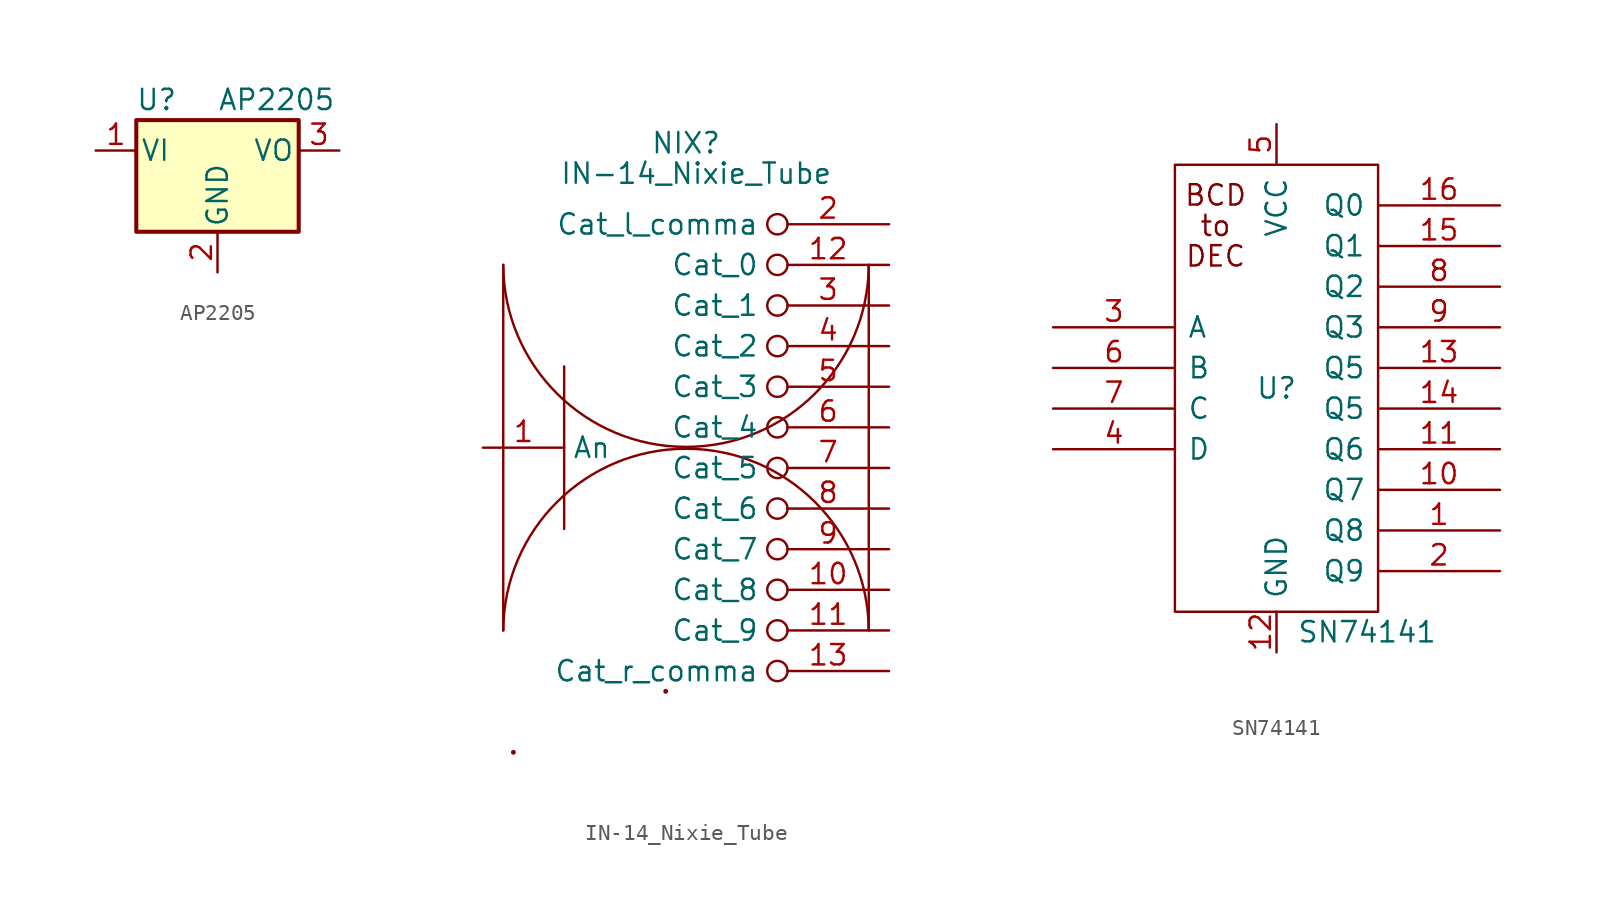
<source format=kicad_sym>
(kicad_symbol_lib
  (version 20211014)
  (generator kicad_symbol_editor)
  (symbol "AP2205"
    (pin_names
      (offset 0.254))
    (property "Reference" "U"
      (at -3.81 3.175 0)
      (effects (font (size 1.27 1.27))))
    (property "Value" "AP2205"
      (at 0 3.175 0)
      (effects (font (size 1.27 1.27)) (justify left)))
    (symbol "AP2205_0_1"
      (rectangle (start -5.08 -5.08) (end 5.08 1.905) (stroke (width 0.254) (type default) (color 0 0 0 0)) (fill (type background))))
    (symbol "AP2205_1_1"
      (pin power_in line (at -7.62 0 0) (length 2.54) (name "VI" (effects (font (size 1.27 1.27)))) (number "1" (effects (font (size 1.27 1.27)))))
      (pin power_in line (at 0 -7.62 90) (length 2.54) (name "GND" (effects (font (size 1.27 1.27)))) (number "2" (effects (font (size 1.27 1.27)))))
      (pin power_out line (at 7.62 0 180) (length 2.54) (name "VO" (effects (font (size 1.27 1.27)))) (number "3" (effects (font (size 1.27 1.27)))))))
  (symbol "IN-14_Nixie_Tube"
    (property "Reference" "NIX"
      (at -12.7 5.08 0)
      (effects (font (size 1.27 1.27))))
    (property "Value" "IN-14_Nixie_Tube"
      (at -12.065 3.175 0)
      (effects (font (size 1.27 1.27))))
    (symbol "IN-14_Nixie_Tube_0_1"
      (arc (start -24.13 -2.54) (mid -12.7 -14.0179) (end -1.27 -2.54) (stroke (width 0) (type default) (color 0 0 0 0)) (fill (type none)))
      (arc (start -23.495 -33.02) (mid -23.495 -33.02) (end -23.495 -33.02) (stroke (width 0.3048) (type default) (color 0 0 0 0)) (fill (type none)))
      (arc (start -13.97 -29.21) (mid -13.97 -29.21) (end -13.97 -29.21) (stroke (width 0.3048) (type default) (color 0 0 0 0)) (fill (type none)))
      (arc (start -1.27 -25.4) (mid -12.7 -13.9022) (end -24.13 -25.4) (stroke (width 0) (type default) (color 0 0 0 0)) (fill (type none)))
      (polyline (pts (xy -24.13 -2.54) (xy -24.13 -25.4)) (stroke (width 0) (type default) (color 0 0 0 0)) (fill (type none)))
      (polyline (pts (xy -20.32 -8.89) (xy -20.32 -19.05)) (stroke (width 0) (type default) (color 0 0 0 0)) (fill (type none)))
      (polyline (pts (xy -1.27 -2.54) (xy -1.27 -25.4)) (stroke (width 0) (type default) (color 0 0 0 0)) (fill (type none))))
    (symbol "IN-14_Nixie_Tube_1_1"
      (pin input line (at -25.4 -13.97 0) (length 5.08) (name "An" (effects (font (size 1.27 1.27)))) (number "1" (effects (font (size 1.27 1.27)))))
      (pin input inverted (at 0 -22.86 180) (length 7.62) (name "Cat_8" (effects (font (size 1.27 1.27)))) (number "10" (effects (font (size 1.27 1.27)))))
      (pin input inverted (at 0 -25.4 180) (length 7.62) (name "Cat_9" (effects (font (size 1.27 1.27)))) (number "11" (effects (font (size 1.27 1.27)))))
      (pin input inverted (at 0 -2.54 180) (length 7.62) (name "Cat_0" (effects (font (size 1.27 1.27)))) (number "12" (effects (font (size 1.27 1.27)))))
      (pin input inverted (at 0 -27.94 180) (length 7.62) (name "Cat_r_comma" (effects (font (size 1.27 1.27)))) (number "13" (effects (font (size 1.27 1.27)))))
      (pin input inverted (at 0 0 180) (length 7.62) (name "Cat_l_comma" (effects (font (size 1.27 1.27)))) (number "2" (effects (font (size 1.27 1.27)))))
      (pin input inverted (at 0 -5.08 180) (length 7.62) (name "Cat_1" (effects (font (size 1.27 1.27)))) (number "3" (effects (font (size 1.27 1.27)))))
      (pin input inverted (at 0 -7.62 180) (length 7.62) (name "Cat_2" (effects (font (size 1.27 1.27)))) (number "4" (effects (font (size 1.27 1.27)))))
      (pin input inverted (at 0 -10.16 180) (length 7.62) (name "Cat_3" (effects (font (size 1.27 1.27)))) (number "5" (effects (font (size 1.27 1.27)))))
      (pin input inverted (at 0 -12.7 180) (length 7.62) (name "Cat_4" (effects (font (size 1.27 1.27)))) (number "6" (effects (font (size 1.27 1.27)))))
      (pin input inverted (at 0 -15.24 180) (length 7.62) (name "Cat_5" (effects (font (size 1.27 1.27)))) (number "7" (effects (font (size 1.27 1.27)))))
      (pin input inverted (at 0 -17.78 180) (length 7.62) (name "Cat_6" (effects (font (size 1.27 1.27)))) (number "8" (effects (font (size 1.27 1.27)))))
      (pin input inverted (at 0 -20.32 180) (length 7.62) (name "Cat_7" (effects (font (size 1.27 1.27)))) (number "9" (effects (font (size 1.27 1.27)))))))
  (symbol "SN74141"
    (pin_names
      (offset 0.762))
    (property "Reference" "U"
      (at 0 0 0)
      (effects (font (size 1.27 1.27))))
    (property "Value" "SN74141"
      (at 1.27 -15.24 0)
      (effects (font (size 1.27 1.27)) (justify left)))
    (symbol "SN74141_0_0"
      (text "BCD" (at -3.81 12.065 0) (effects (font (size 1.27 1.27))))
      (text "DEC" (at -3.81 8.255 0) (effects (font (size 1.27 1.27))))
      (text "to" (at -3.81 10.16 0) (effects (font (size 1.27 1.27))))
      (pin power_in line (at 0 -16.51 90) (length 2.54) (name "GND" (effects (font (size 1.27 1.27)))) (number "12" (effects (font (size 1.27 1.27)))))
      (pin power_in line (at 0 16.51 270) (length 2.54) (name "VCC" (effects (font (size 1.27 1.27)))) (number "5" (effects (font (size 1.27 1.27))))))
    (symbol "SN74141_0_1"
      (rectangle (start -6.35 13.97) (end 6.35 -13.97) (stroke (width 0) (type default) (color 0 0 0 0)) (fill (type none))))
    (symbol "SN74141_1_1"
      (pin open_collector line (at 13.97 -8.89 180) (length 7.62) (name "Q8" (effects (font (size 1.27 1.27)))) (number "1" (effects (font (size 1.27 1.27)))))
      (pin open_collector line (at 13.97 -6.35 180) (length 7.62) (name "Q7" (effects (font (size 1.27 1.27)))) (number "10" (effects (font (size 1.27 1.27)))))
      (pin open_collector line (at 13.97 -3.81 180) (length 7.62) (name "Q6" (effects (font (size 1.27 1.27)))) (number "11" (effects (font (size 1.27 1.27)))))
      (pin open_collector line (at 13.97 1.27 180) (length 7.62) (name "Q5" (effects (font (size 1.27 1.27)))) (number "13" (effects (font (size 1.27 1.27)))))
      (pin open_collector line (at 13.97 -1.27 180) (length 7.62) (name "Q5" (effects (font (size 1.27 1.27)))) (number "14" (effects (font (size 1.27 1.27)))))
      (pin open_collector line (at 13.97 8.89 180) (length 7.62) (name "Q1" (effects (font (size 1.27 1.27)))) (number "15" (effects (font (size 1.27 1.27)))))
      (pin open_collector line (at 13.97 11.43 180) (length 7.62) (name "Q0" (effects (font (size 1.27 1.27)))) (number "16" (effects (font (size 1.27 1.27)))))
      (pin open_collector line (at 13.97 -11.43 180) (length 7.62) (name "Q9" (effects (font (size 1.27 1.27)))) (number "2" (effects (font (size 1.27 1.27)))))
      (pin input line (at -13.97 3.81 0) (length 7.62) (name "A" (effects (font (size 1.27 1.27)))) (number "3" (effects (font (size 1.27 1.27)))))
      (pin input line (at -13.97 -3.81 0) (length 7.62) (name "D" (effects (font (size 1.27 1.27)))) (number "4" (effects (font (size 1.27 1.27)))))
      (pin input line (at -13.97 1.27 0) (length 7.62) (name "B" (effects (font (size 1.27 1.27)))) (number "6" (effects (font (size 1.27 1.27)))))
      (pin input line (at -13.97 -1.27 0) (length 7.62) (name "C" (effects (font (size 1.27 1.27)))) (number "7" (effects (font (size 1.27 1.27)))))
      (pin open_collector line (at 13.97 6.35 180) (length 7.62) (name "Q2" (effects (font (size 1.27 1.27)))) (number "8" (effects (font (size 1.27 1.27)))))
      (pin open_collector line (at 13.97 3.81 180) (length 7.62) (name "Q3" (effects (font (size 1.27 1.27)))) (number "9" (effects (font (size 1.27 1.27))))))))
</source>
